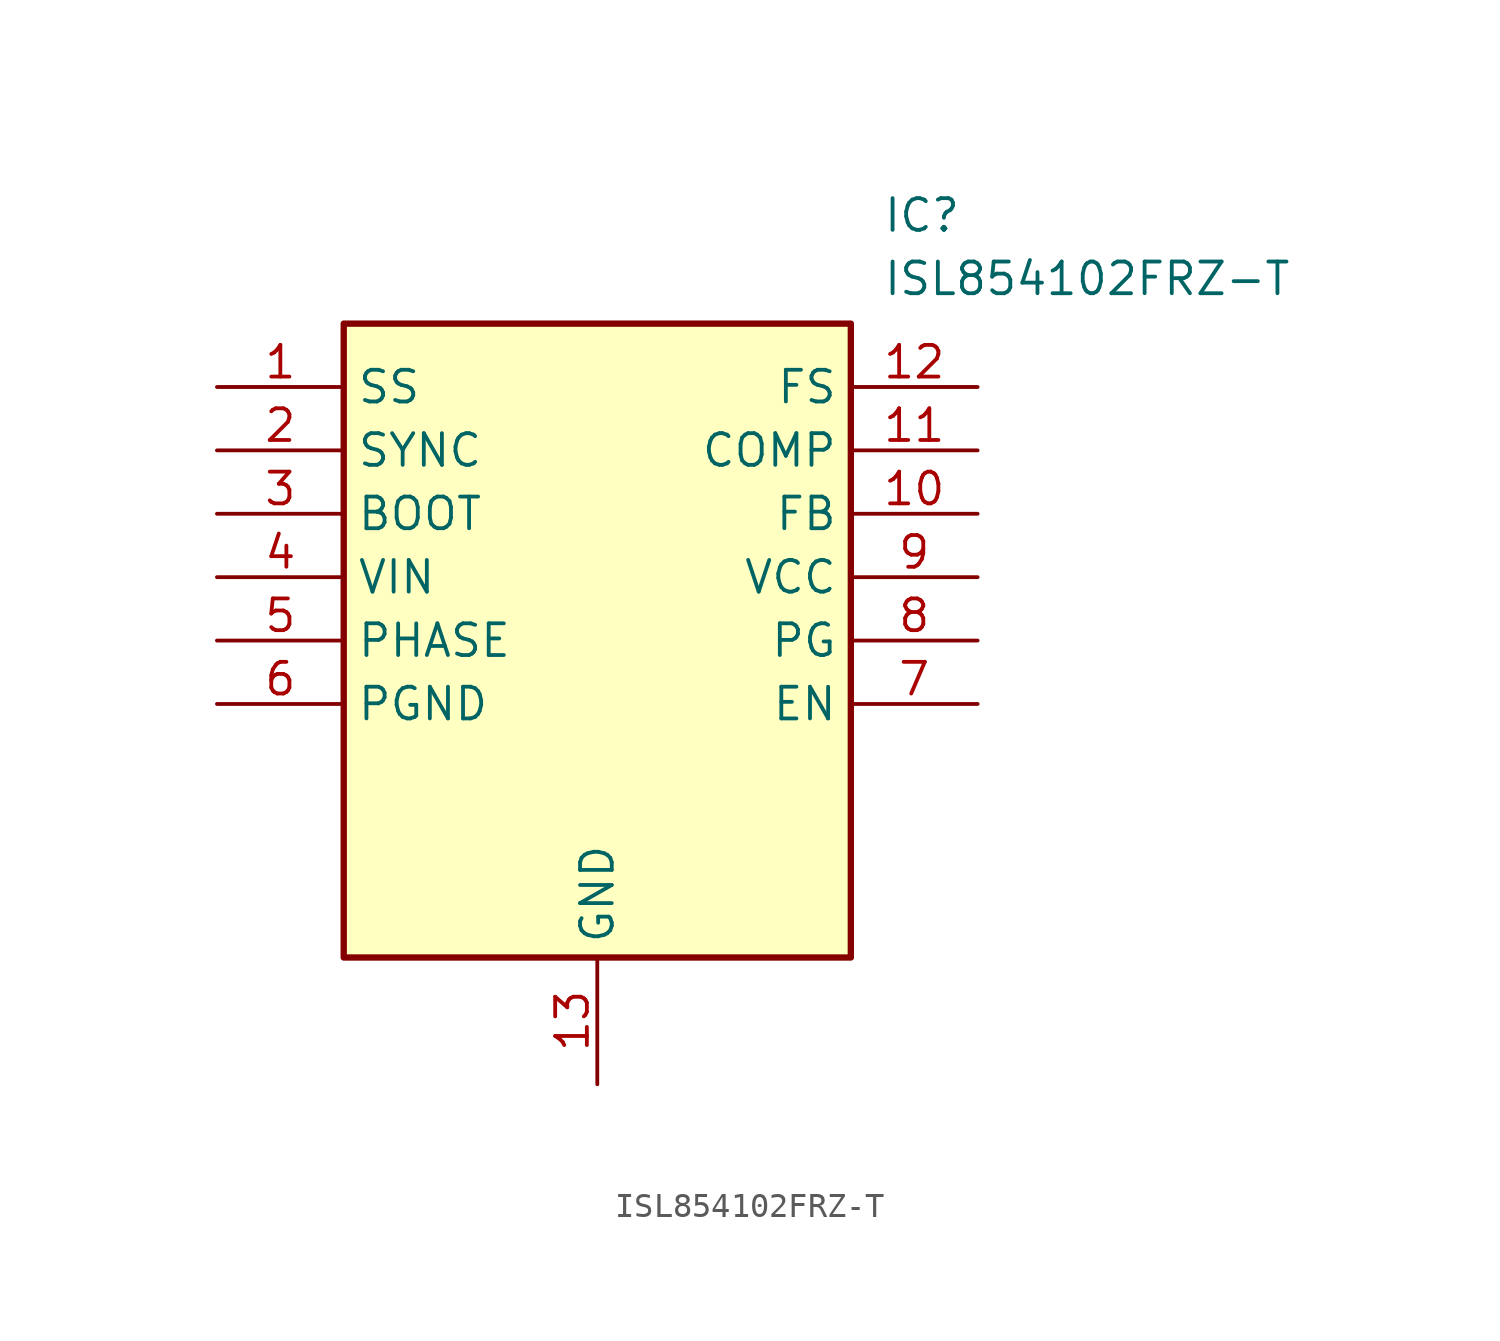
<source format=kicad_sym>
(kicad_symbol_lib
  (version 20211014)
  (generator SamacSys_ECAD_Model)
  (symbol "ISL854102FRZ-T"
    (property "Reference" "IC"
      (at 26.67 7.62 0)
      (effects (font (size 1.27 1.27)) (justify left top)))
    (property "Value" "ISL854102FRZ-T"
      (at 26.67 5.08 0)
      (effects (font (size 1.27 1.27)) (justify left top)))
    (rectangle
      (start 5.08 2.54)
      (end 25.4 -22.86)
      (stroke (width 0.254) (type default))
      (fill (type background)))
    (pin passive line
      (at 0 0 0)
      (length 5.08)
      (name "SS" (effects (font (size 1.27 1.27))))
      (number "1" (effects (font (size 1.27 1.27)))))
    (pin passive line
      (at 0 -2.54 0)
      (length 5.08)
      (name "SYNC" (effects (font (size 1.27 1.27))))
      (number "2" (effects (font (size 1.27 1.27)))))
    (pin passive line
      (at 0 -5.08 0)
      (length 5.08)
      (name "BOOT" (effects (font (size 1.27 1.27))))
      (number "3" (effects (font (size 1.27 1.27)))))
    (pin passive line
      (at 0 -7.62 0)
      (length 5.08)
      (name "VIN" (effects (font (size 1.27 1.27))))
      (number "4" (effects (font (size 1.27 1.27)))))
    (pin passive line
      (at 0 -10.16 0)
      (length 5.08)
      (name "PHASE" (effects (font (size 1.27 1.27))))
      (number "5" (effects (font (size 1.27 1.27)))))
    (pin passive line
      (at 0 -12.7 0)
      (length 5.08)
      (name "PGND" (effects (font (size 1.27 1.27))))
      (number "6" (effects (font (size 1.27 1.27)))))
    (pin passive line
      (at 15.24 -27.94 90)
      (length 5.08)
      (name "GND" (effects (font (size 1.27 1.27))))
      (number "13" (effects (font (size 1.27 1.27)))))
    (pin passive line
      (at 30.48 0 180)
      (length 5.08)
      (name "FS" (effects (font (size 1.27 1.27))))
      (number "12" (effects (font (size 1.27 1.27)))))
    (pin passive line
      (at 30.48 -2.54 180)
      (length 5.08)
      (name "COMP" (effects (font (size 1.27 1.27))))
      (number "11" (effects (font (size 1.27 1.27)))))
    (pin passive line
      (at 30.48 -5.08 180)
      (length 5.08)
      (name "FB" (effects (font (size 1.27 1.27))))
      (number "10" (effects (font (size 1.27 1.27)))))
    (pin passive line
      (at 30.48 -7.62 180)
      (length 5.08)
      (name "VCC" (effects (font (size 1.27 1.27))))
      (number "9" (effects (font (size 1.27 1.27)))))
    (pin passive line
      (at 30.48 -10.16 180)
      (length 5.08)
      (name "PG" (effects (font (size 1.27 1.27))))
      (number "8" (effects (font (size 1.27 1.27)))))
    (pin passive line
      (at 30.48 -12.7 180)
      (length 5.08)
      (name "EN" (effects (font (size 1.27 1.27))))
      (number "7" (effects (font (size 1.27 1.27)))))))
</source>
